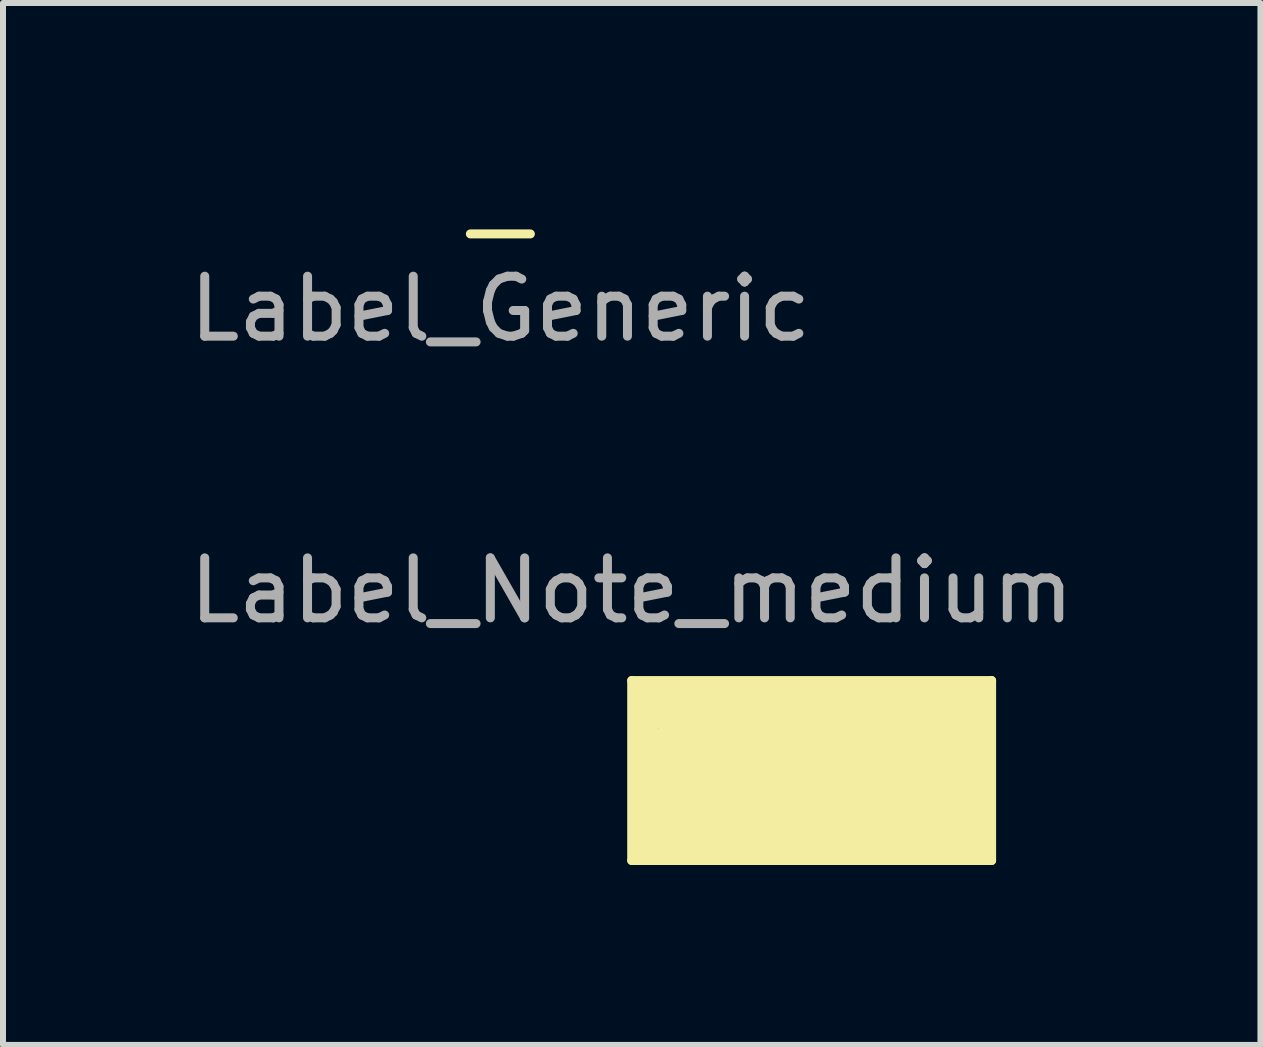
<source format=kicad_pcb>
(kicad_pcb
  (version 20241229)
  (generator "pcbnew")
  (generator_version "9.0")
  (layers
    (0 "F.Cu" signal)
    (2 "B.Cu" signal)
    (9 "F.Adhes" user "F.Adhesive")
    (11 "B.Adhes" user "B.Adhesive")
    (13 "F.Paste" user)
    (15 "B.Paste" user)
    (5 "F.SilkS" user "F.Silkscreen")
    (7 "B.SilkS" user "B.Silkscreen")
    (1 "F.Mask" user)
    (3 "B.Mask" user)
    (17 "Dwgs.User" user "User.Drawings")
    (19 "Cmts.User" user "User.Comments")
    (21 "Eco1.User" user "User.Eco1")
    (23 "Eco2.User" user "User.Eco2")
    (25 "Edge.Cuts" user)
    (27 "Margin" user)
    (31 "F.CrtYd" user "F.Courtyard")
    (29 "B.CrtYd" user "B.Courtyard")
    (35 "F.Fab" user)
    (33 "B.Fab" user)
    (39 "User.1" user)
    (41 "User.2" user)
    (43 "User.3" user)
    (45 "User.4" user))
  (footprint "Label_Generic"
    (layer "F.Cu")
    (at 5.292 0.25)
    (property "Reference" "Label_Generic" (at 0 1.85 0) (layer "F.Fab") (effects (font (size 1 1) (thickness 0.15))))
    (attr smd)
    (fp_line (start -0.5 0.6) (end 0.5 0.6) (stroke (width 0.15) (type solid)) (layer "F.SilkS")))
  (footprint "Label_Note_medium"
    (layer "F.Cu")
    (at 7.482 9.796)
    (property "Reference" "Label_Note_medium" (at 0 -3 0) (layer "F.Fab") (effects (font (size 1 1) (thickness 0.15))))
    (attr through_hole)
    (fp_line (start 0 -1.5) (end 6 -1.5) (stroke (width 0.15) (type solid)) (layer "F.SilkS"))
    (fp_line (start 0 1.5) (end 0 -1.5) (stroke (width 0.15) (type solid)) (layer "F.SilkS"))
    (fp_line (start 0.2 -1.3) (end 5.8 -1.3) (stroke (width 0.5) (type solid)) (layer "F.SilkS"))
    (fp_line (start 0.2 1.3) (end 0.2 -1.3) (stroke (width 0.5) (type solid)) (layer "F.SilkS"))
    (fp_line (start 0.6 -0.9) (end 5.4 -0.9) (stroke (width 0.5) (type solid)) (layer "F.SilkS"))
    (fp_line (start 0.6 -0.5) (end 5 -0.5) (stroke (width 0.5) (type solid)) (layer "F.SilkS"))
    (fp_line (start 0.6 0.9) (end 0.6 -0.5) (stroke (width 0.5) (type solid)) (layer "F.SilkS"))
    (fp_line (start 1 -0.1) (end 4.6 -0.1) (stroke (width 0.5) (type solid)) (layer "F.SilkS"))
    (fp_line (start 1 0.5) (end 1 -0.1) (stroke (width 0.5) (type solid)) (layer "F.SilkS"))
    (fp_line (start 4.6 -0.1) (end 4.6 0.2) (stroke (width 0.5) (type solid)) (layer "F.SilkS"))
    (fp_line (start 4.6 0.2) (end 1.4 0.2) (stroke (width 0.5) (type solid)) (layer "F.SilkS"))
    (fp_line (start 5 -0.5) (end 5 0.5) (stroke (width 0.5) (type solid)) (layer "F.SilkS"))
    (fp_line (start 5 0.5) (end 1 0.5) (stroke (width 0.5) (type solid)) (layer "F.SilkS"))
    (fp_line (start 5.4 -0.9) (end 5.4 0.9) (stroke (width 0.5) (type solid)) (layer "F.SilkS"))
    (fp_line (start 5.4 0.9) (end 0.6 0.9) (stroke (width 0.5) (type solid)) (layer "F.SilkS"))
    (fp_line (start 5.8 -1.3) (end 5.8 1.3) (stroke (width 0.5) (type solid)) (layer "F.SilkS"))
    (fp_line (start 5.8 1.3) (end 0.2 1.3) (stroke (width 0.5) (type solid)) (layer "F.SilkS"))
    (fp_line (start 6 -1.5) (end 6 1.5) (stroke (width 0.15) (type solid)) (layer "F.SilkS"))
    (fp_line (start 6 1.5) (end 0 1.5) (stroke (width 0.15) (type solid)) (layer "F.SilkS")))
  (gr_rect
    (start -3 -3)
    (end 17.964 14.371)
    (stroke (width 0.1) (type default))
    (fill no)
    (layer "Edge.Cuts")))
</source>
